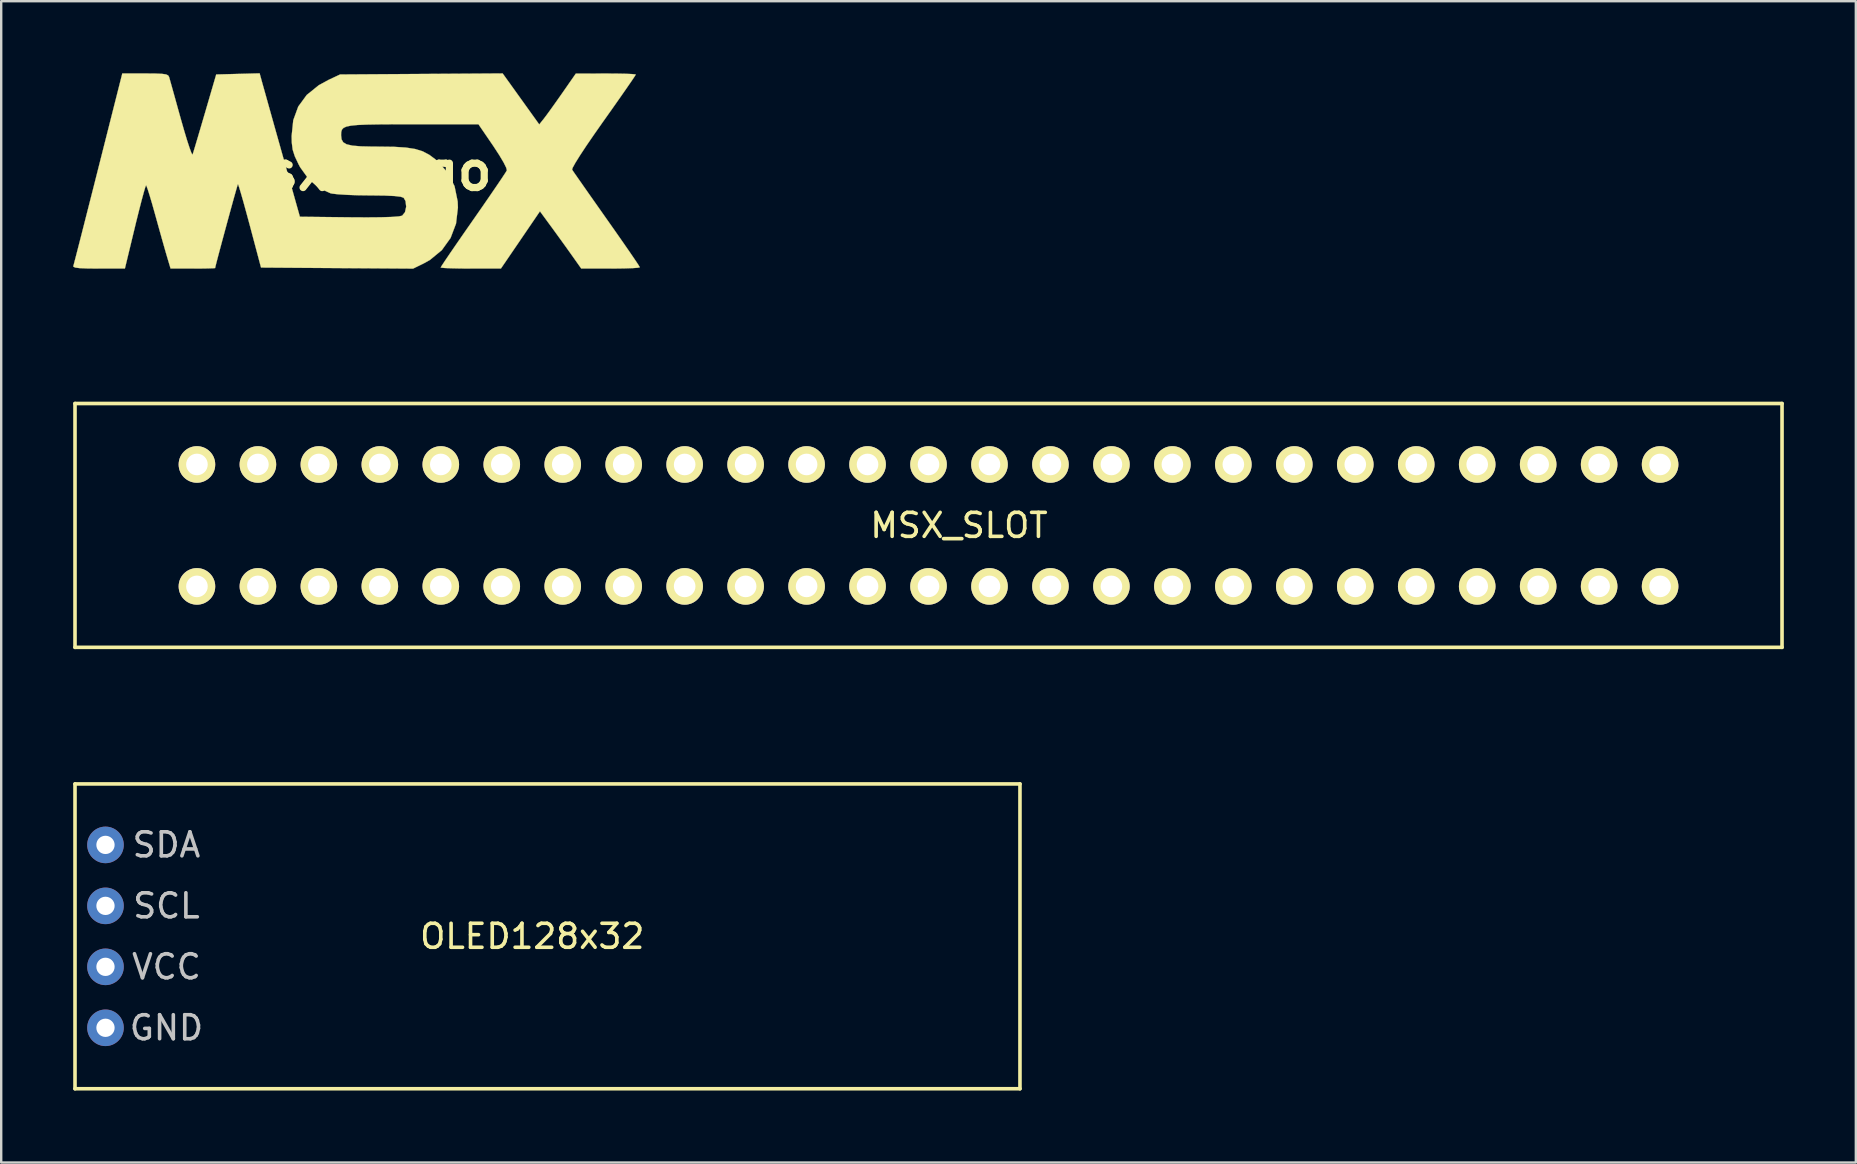
<source format=kicad_pcb>
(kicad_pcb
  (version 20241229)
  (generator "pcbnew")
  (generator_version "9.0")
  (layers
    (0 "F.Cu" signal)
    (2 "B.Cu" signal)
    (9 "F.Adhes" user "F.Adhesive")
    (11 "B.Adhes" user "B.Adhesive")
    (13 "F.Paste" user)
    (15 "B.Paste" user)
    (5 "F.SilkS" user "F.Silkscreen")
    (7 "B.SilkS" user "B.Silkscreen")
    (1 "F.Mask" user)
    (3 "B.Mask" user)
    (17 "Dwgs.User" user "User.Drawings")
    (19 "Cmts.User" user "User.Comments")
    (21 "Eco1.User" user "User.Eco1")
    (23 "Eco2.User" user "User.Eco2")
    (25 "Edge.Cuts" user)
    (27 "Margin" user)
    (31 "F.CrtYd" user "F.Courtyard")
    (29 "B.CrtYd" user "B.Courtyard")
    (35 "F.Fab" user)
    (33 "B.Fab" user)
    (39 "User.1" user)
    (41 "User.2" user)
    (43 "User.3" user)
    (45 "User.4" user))
  (footprint "OLED128x32"
    (layer "F.Cu")
    (at 19.125 35.961)
    (property "Reference" "OLED128x32" (at 0 0 0) (layer "F.SilkS") (effects (font (size 1 1) (thickness 0.15))))
    (attr through_hole)
    (fp_line (start -19.05 -6.35) (end 20.32 -6.35) (stroke (width 0.15) (type solid)) (layer "F.SilkS"))
    (fp_line (start -19.05 6.35) (end -19.05 -6.35) (stroke (width 0.15) (type solid)) (layer "F.SilkS"))
    (fp_line (start -19.05 6.35) (end 20.32 6.35) (stroke (width 0.15) (type solid)) (layer "F.SilkS"))
    (fp_line (start 20.32 -6.35) (end 20.32 6.35) (stroke (width 0.15) (type solid)) (layer "F.SilkS"))
    (fp_text user "SCL" (at -15.24 -1.27 0) (layer "Dwgs.User") (effects (font (size 1 1) (thickness 0.15))))
    (fp_text user "VCC" (at -15.24 1.27 0) (layer "Dwgs.User") (effects (font (size 1 1) (thickness 0.15))))
    (fp_text user "GND" (at -15.24 3.81 0) (layer "Dwgs.User") (effects (font (size 1 1) (thickness 0.15))))
    (fp_text user "SDA" (at -15.24 -3.81 0) (layer "Dwgs.User") (effects (font (size 1 1) (thickness 0.15))))
    (pad "1" thru_hole circle (at -17.78 -3.81) (size 1.524 1.524) (drill 0.762) (layers "*.Cu" "*.Mask"))
    (pad "2" thru_hole circle (at -17.78 -1.27) (size 1.524 1.524) (drill 0.762) (layers "*.Cu" "*.Mask"))
    (pad "3" thru_hole circle (at -17.78 1.27) (size 1.524 1.524) (drill 0.762) (layers "*.Cu" "*.Mask"))
    (pad "4" thru_hole circle (at -17.78 3.81) (size 1.524 1.524) (drill 0.762) (layers "*.Cu" "*.Mask")))
  (footprint "msx-logo"
    (layer "F.Cu")
    (at 11.754 4.075)
    (property "Reference" "msx-logo" (at 0 0 0) (layer "F.SilkS") (effects (font (size 1.524 1.524) (thickness 0.3))))
    (attr through_hole)
    (fp_poly (pts (xy -3.899 -3.749) (xy -3.855 -3.591) (xy -3.771 -3.292) (xy -3.654 -2.874) (xy -3.51 -2.36) (xy -3.345 -1.772) (xy -3.165 -1.133) (xy -3.061 -0.762) (xy -2.31 1.905) (xy -0.263 1.928) (xy 0.471 1.932) (xy 1.068 1.927) (xy 1.52 1.913) (xy 1.818 1.89) (xy 1.95 1.861) (xy 2.069 1.714) (xy 2.119 1.486) (xy 2.092 1.253) (xy 2.015 1.118) (xy 1.897 1.073) (xy 1.638 1.042) (xy 1.229 1.023) (xy 0.662 1.016) (xy 0.597 1.016) (xy 0.115 1.01) (xy -0.332 0.994) (xy -0.705 0.971) (xy -0.964 0.942) (xy -1.035 0.927) (xy -1.513 0.709) (xy -1.94 0.342) (xy -2.298 -0.156) (xy -2.363 -0.277) (xy -2.522 -0.614) (xy -2.611 -0.891) (xy -2.648 -1.189) (xy -2.654 -1.458) (xy -2.586 -2.117) (xy -2.378 -2.686) (xy -2.024 -3.17) (xy -1.523 -3.574) (xy -1.111 -3.799) (xy -0.635 -4.022) (xy 2.752 -4.044) (xy 6.138 -4.066) (xy 6.9 -3.004) (xy 7.662 -1.941) (xy 7.848 -2.172) (xy 7.97 -2.333) (xy 8.161 -2.596) (xy 8.393 -2.922) (xy 8.61 -3.23) (xy 9.186 -4.058) (xy 10.435 -4.061) (xy 10.873 -4.059) (xy 11.244 -4.052) (xy 11.518 -4.04) (xy 11.666 -4.026) (xy 11.684 -4.018) (xy 11.637 -3.94) (xy 11.504 -3.742) (xy 11.297 -3.442) (xy 11.03 -3.059) (xy 10.715 -2.611) (xy 10.364 -2.115) (xy 10.328 -2.065) (xy 9.95 -1.526) (xy 9.623 -1.049) (xy 9.358 -0.647) (xy 9.165 -0.337) (xy 9.054 -0.135) (xy 9.031 -0.058) (xy 9.093 0.035) (xy 9.241 0.248) (xy 9.46 0.561) (xy 9.737 0.957) (xy 10.061 1.417) (xy 10.417 1.923) (xy 10.471 2) (xy 10.828 2.507) (xy 11.151 2.969) (xy 11.427 3.368) (xy 11.644 3.686) (xy 11.79 3.905) (xy 11.852 4.007) (xy 11.853 4.011) (xy 11.774 4.03) (xy 11.554 4.046) (xy 11.226 4.057) (xy 10.817 4.063) (xy 10.633 4.064) (xy 9.413 4.064) (xy 9.009 3.493) (xy 8.755 3.137) (xy 8.459 2.727) (xy 8.181 2.344) (xy 8.148 2.3) (xy 7.692 1.678) (xy 6.879 2.871) (xy 6.065 4.064) (xy 4.81 4.064) (xy 4.371 4.061) (xy 3.999 4.053) (xy 3.724 4.041) (xy 3.574 4.026) (xy 3.556 4.019) (xy 3.603 3.94) (xy 3.734 3.741) (xy 3.938 3.44) (xy 4.203 3.054) (xy 4.515 2.602) (xy 4.864 2.102) (xy 4.912 2.033) (xy 5.267 1.523) (xy 5.59 1.055) (xy 5.869 0.647) (xy 6.091 0.319) (xy 6.243 0.089) (xy 6.312 -0.023) (xy 6.314 -0.028) (xy 6.286 -0.14) (xy 6.175 -0.362) (xy 5.997 -0.662) (xy 5.769 -1.012) (xy 5.745 -1.048) (xy 5.13 -1.947) (xy 2.402 -1.947) (xy 1.611 -1.947) (xy 0.974 -1.943) (xy 0.473 -1.934) (xy 0.092 -1.918) (xy -0.185 -1.89) (xy -0.375 -1.85) (xy -0.494 -1.794) (xy -0.56 -1.721) (xy -0.587 -1.626) (xy -0.593 -1.509) (xy -0.593 -1.489) (xy -0.574 -1.321) (xy -0.505 -1.198) (xy -0.363 -1.113) (xy -0.126 -1.058) (xy 0.227 -1.028) (xy 0.717 -1.017) (xy 0.986 -1.016) (xy 1.616 -1.008) (xy 2.108 -0.977) (xy 2.495 -0.917) (xy 2.809 -0.819) (xy 3.082 -0.675) (xy 3.346 -0.478) (xy 3.42 -0.414) (xy 3.853 0.071) (xy 4.134 0.632) (xy 4.264 1.267) (xy 4.274 1.524) (xy 4.195 2.192) (xy 3.969 2.788) (xy 3.604 3.297) (xy 3.109 3.705) (xy 2.847 3.851) (xy 2.407 4.066) (xy -0.761 4.044) (xy -3.929 4.022) (xy -4.395 2.268) (xy -4.534 1.755) (xy -4.658 1.303) (xy -4.763 0.937) (xy -4.841 0.68) (xy -4.885 0.554) (xy -4.892 0.546) (xy -4.919 0.629) (xy -4.982 0.848) (xy -5.073 1.171) (xy -5.183 1.57) (xy -5.305 2.016) (xy -5.431 2.48) (xy -5.553 2.932) (xy -5.663 3.343) (xy -5.753 3.684) (xy -5.815 3.926) (xy -5.841 4.039) (xy -5.842 4.043) (xy -5.921 4.051) (xy -6.135 4.058) (xy -6.45 4.063) (xy -6.769 4.064) (xy -7.697 4.064) (xy -7.855 3.535) (xy -7.936 3.255) (xy -8.048 2.86) (xy -8.178 2.397) (xy -8.312 1.914) (xy -8.344 1.799) (xy -8.463 1.376) (xy -8.569 1.018) (xy -8.653 0.753) (xy -8.707 0.611) (xy -8.719 0.594) (xy -8.751 0.673) (xy -8.815 0.892) (xy -8.906 1.228) (xy -9.016 1.657) (xy -9.14 2.154) (xy -9.182 2.329) (xy -9.601 4.064) (xy -10.694 4.064) (xy -11.161 4.06) (xy -11.479 4.047) (xy -11.668 4.023) (xy -11.746 3.986) (xy -11.749 3.958) (xy -11.721 3.857) (xy -11.656 3.608) (xy -11.558 3.228) (xy -11.431 2.733) (xy -11.28 2.139) (xy -11.108 1.463) (xy -10.919 0.721) (xy -10.719 -0.07) (xy -10.71 -0.106) (xy -9.709 -4.064) (xy -8.755 -4.064) (xy -8.335 -4.061) (xy -8.056 -4.049) (xy -7.886 -4.025) (xy -7.797 -3.982) (xy -7.759 -3.918) (xy -7.758 -3.916) (xy -7.723 -3.791) (xy -7.65 -3.531) (xy -7.547 -3.163) (xy -7.423 -2.715) (xy -7.284 -2.215) (xy -7.27 -2.166) (xy -7.132 -1.684) (xy -7.008 -1.272) (xy -6.903 -0.953) (xy -6.826 -0.748) (xy -6.784 -0.68) (xy -6.781 -0.685) (xy -6.744 -0.8) (xy -6.668 -1.051) (xy -6.561 -1.411) (xy -6.431 -1.852) (xy -6.285 -2.348) (xy -6.266 -2.413) (xy -5.796 -4.022) (xy -4.892 -4.046) (xy -3.987 -4.07) (xy -3.899 -3.749)) (stroke (width 0.01) (type solid)) (fill yes) (layer "F.SilkS")))
  (footprint "MSX_SLOT"
    (layer "F.Cu")
    (at 36.905 18.841)
    (property "Reference" "MSX_SLOT" (at 0 0 0) (layer "F.SilkS") (effects (font (size 1 1) (thickness 0.15))))
    (attr through_hole)
    (fp_line (start -36.83 -5.08) (end 34.29 -5.08) (stroke (width 0.15) (type solid)) (layer "F.SilkS"))
    (fp_line (start -36.83 5.08) (end -36.83 -5.08) (stroke (width 0.15) (type solid)) (layer "F.SilkS"))
    (fp_line (start 34.29 -5.08) (end 34.29 5.08) (stroke (width 0.15) (type solid)) (layer "F.SilkS"))
    (fp_line (start 34.29 5.08) (end -36.83 5.08) (stroke (width 0.15) (type solid)) (layer "F.SilkS"))
    (fp_line (start -36.83 -7.62) (end 34.29 -7.62) (stroke (width 0.15) (type solid)) (layer "F.Paste"))
    (fp_line (start -36.83 7.62) (end 34.29 7.62) (stroke (width 0.15) (type solid)) (layer "F.Paste"))
    (pad "1" thru_hole circle (at 29.21 -2.54) (size 1.524 1.524) (drill 0.9) (layers "*.Cu" "*.Mask" "F.SilkS"))
    (pad "2" thru_hole circle (at 29.21 2.54) (size 1.524 1.524) (drill 0.9) (layers "*.Cu" "*.Mask" "F.SilkS"))
    (pad "3" thru_hole circle (at 26.67 -2.54) (size 1.524 1.524) (drill 0.9) (layers "*.Cu" "*.Mask" "F.SilkS"))
    (pad "4" thru_hole circle (at 26.67 2.54) (size 1.524 1.524) (drill 0.9) (layers "*.Cu" "*.Mask" "F.SilkS"))
    (pad "5" thru_hole circle (at 24.13 -2.54) (size 1.524 1.524) (drill 0.9) (layers "*.Cu" "*.Mask" "F.SilkS"))
    (pad "6" thru_hole circle (at 24.13 2.54) (size 1.524 1.524) (drill 0.9) (layers "*.Cu" "*.Mask" "F.SilkS"))
    (pad "7" thru_hole circle (at 21.59 -2.54) (size 1.524 1.524) (drill 0.9) (layers "*.Cu" "*.Mask" "F.SilkS"))
    (pad "8" thru_hole circle (at 21.59 2.54) (size 1.524 1.524) (drill 0.9) (layers "*.Cu" "*.Mask" "F.SilkS"))
    (pad "9" thru_hole circle (at 19.05 -2.54) (size 1.524 1.524) (drill 0.9) (layers "*.Cu" "*.Mask" "F.SilkS"))
    (pad "10" thru_hole circle (at 19.05 2.54) (size 1.524 1.524) (drill 0.9) (layers "*.Cu" "*.Mask" "F.SilkS"))
    (pad "11" thru_hole circle (at 16.51 -2.54) (size 1.524 1.524) (drill 0.9) (layers "*.Cu" "*.Mask" "F.SilkS"))
    (pad "12" thru_hole circle (at 16.51 2.54) (size 1.524 1.524) (drill 0.9) (layers "*.Cu" "*.Mask" "F.SilkS"))
    (pad "13" thru_hole circle (at 13.97 -2.54) (size 1.524 1.524) (drill 0.9) (layers "*.Cu" "*.Mask" "F.SilkS"))
    (pad "14" thru_hole circle (at 13.97 2.54) (size 1.524 1.524) (drill 0.9) (layers "*.Cu" "*.Mask" "F.SilkS"))
    (pad "15" thru_hole circle (at 11.43 -2.54) (size 1.524 1.524) (drill 0.9) (layers "*.Cu" "*.Mask" "F.SilkS"))
    (pad "16" thru_hole circle (at 11.43 2.54) (size 1.524 1.524) (drill 0.9) (layers "*.Cu" "*.Mask" "F.SilkS"))
    (pad "17" thru_hole circle (at 8.89 -2.54) (size 1.524 1.524) (drill 0.9) (layers "*.Cu" "*.Mask" "F.SilkS"))
    (pad "18" thru_hole circle (at 8.89 2.54) (size 1.524 1.524) (drill 0.9) (layers "*.Cu" "*.Mask" "F.SilkS"))
    (pad "19" thru_hole circle (at 6.35 -2.54) (size 1.524 1.524) (drill 0.9) (layers "*.Cu" "*.Mask" "F.SilkS"))
    (pad "20" thru_hole circle (at 6.35 2.54) (size 1.524 1.524) (drill 0.9) (layers "*.Cu" "*.Mask" "F.SilkS"))
    (pad "21" thru_hole circle (at 3.81 -2.54) (size 1.524 1.524) (drill 0.9) (layers "*.Cu" "*.Mask" "F.SilkS"))
    (pad "22" thru_hole circle (at 3.81 2.54) (size 1.524 1.524) (drill 0.9) (layers "*.Cu" "*.Mask" "F.SilkS"))
    (pad "23" thru_hole circle (at 1.27 -2.54) (size 1.524 1.524) (drill 0.9) (layers "*.Cu" "*.Mask" "F.SilkS"))
    (pad "24" thru_hole circle (at 1.27 2.54) (size 1.524 1.524) (drill 0.9) (layers "*.Cu" "*.Mask" "F.SilkS"))
    (pad "25" thru_hole circle (at -1.27 -2.54) (size 1.524 1.524) (drill 0.9) (layers "*.Cu" "*.Mask" "F.SilkS"))
    (pad "26" thru_hole circle (at -1.27 2.54) (size 1.524 1.524) (drill 0.9) (layers "*.Cu" "*.Mask" "F.SilkS"))
    (pad "27" thru_hole circle (at -3.81 -2.54) (size 1.524 1.524) (drill 0.9) (layers "*.Cu" "*.Mask" "F.SilkS"))
    (pad "28" thru_hole circle (at -3.81 2.54) (size 1.524 1.524) (drill 0.9) (layers "*.Cu" "*.Mask" "F.SilkS"))
    (pad "29" thru_hole circle (at -6.35 -2.54) (size 1.524 1.524) (drill 0.9) (layers "*.Cu" "*.Mask" "F.SilkS"))
    (pad "30" thru_hole circle (at -6.35 2.54) (size 1.524 1.524) (drill 0.9) (layers "*.Cu" "*.Mask" "F.SilkS"))
    (pad "31" thru_hole circle (at -8.89 -2.54) (size 1.524 1.524) (drill 0.9) (layers "*.Cu" "*.Mask" "F.SilkS"))
    (pad "32" thru_hole circle (at -8.89 2.54) (size 1.524 1.524) (drill 0.9) (layers "*.Cu" "*.Mask" "F.SilkS"))
    (pad "33" thru_hole circle (at -11.43 -2.54) (size 1.524 1.524) (drill 0.9) (layers "*.Cu" "*.Mask" "F.SilkS"))
    (pad "34" thru_hole circle (at -11.43 2.54) (size 1.524 1.524) (drill 0.9) (layers "*.Cu" "*.Mask" "F.SilkS"))
    (pad "35" thru_hole circle (at -13.97 -2.54) (size 1.524 1.524) (drill 0.9) (layers "*.Cu" "*.Mask" "F.SilkS"))
    (pad "36" thru_hole circle (at -13.97 2.54) (size 1.524 1.524) (drill 0.9) (layers "*.Cu" "*.Mask" "F.SilkS"))
    (pad "37" thru_hole circle (at -16.51 -2.54) (size 1.524 1.524) (drill 0.9) (layers "*.Cu" "*.Mask" "F.SilkS"))
    (pad "38" thru_hole circle (at -16.51 2.54) (size 1.524 1.524) (drill 0.9) (layers "*.Cu" "*.Mask" "F.SilkS"))
    (pad "39" thru_hole circle (at -19.05 -2.54) (size 1.524 1.524) (drill 0.9) (layers "*.Cu" "*.Mask" "F.SilkS"))
    (pad "40" thru_hole circle (at -19.05 2.54) (size 1.524 1.524) (drill 0.9) (layers "*.Cu" "*.Mask" "F.SilkS"))
    (pad "41" thru_hole circle (at -21.59 -2.54) (size 1.524 1.524) (drill 0.9) (layers "*.Cu" "*.Mask" "F.SilkS"))
    (pad "42" thru_hole circle (at -21.59 2.54) (size 1.524 1.524) (drill 0.9) (layers "*.Cu" "*.Mask" "F.SilkS"))
    (pad "43" thru_hole circle (at -24.13 -2.54) (size 1.524 1.524) (drill 0.9) (layers "*.Cu" "*.Mask" "F.SilkS"))
    (pad "44" thru_hole circle (at -24.13 2.54) (size 1.524 1.524) (drill 0.9) (layers "*.Cu" "*.Mask" "F.SilkS"))
    (pad "45" thru_hole circle (at -26.67 -2.54) (size 1.524 1.524) (drill 0.9) (layers "*.Cu" "*.Mask" "F.SilkS"))
    (pad "46" thru_hole circle (at -26.67 2.54) (size 1.524 1.524) (drill 0.9) (layers "*.Cu" "*.Mask" "F.SilkS"))
    (pad "47" thru_hole circle (at -29.21 -2.54) (size 1.524 1.524) (drill 0.9) (layers "*.Cu" "*.Mask" "F.SilkS"))
    (pad "48" thru_hole circle (at -29.21 2.54) (size 1.524 1.524) (drill 0.9) (layers "*.Cu" "*.Mask" "F.SilkS"))
    (pad "49" thru_hole circle (at -31.75 -2.54) (size 1.524 1.524) (drill 0.9) (layers "*.Cu" "*.Mask" "F.SilkS"))
    (pad "50" thru_hole circle (at -31.75 2.54) (size 1.524 1.524) (drill 0.9) (layers "*.Cu" "*.Mask" "F.SilkS")))
  (gr_rect
    (start -3 -3)
    (end 74.27 45.386)
    (stroke (width 0.1) (type default))
    (fill no)
    (layer "Edge.Cuts")))
</source>
